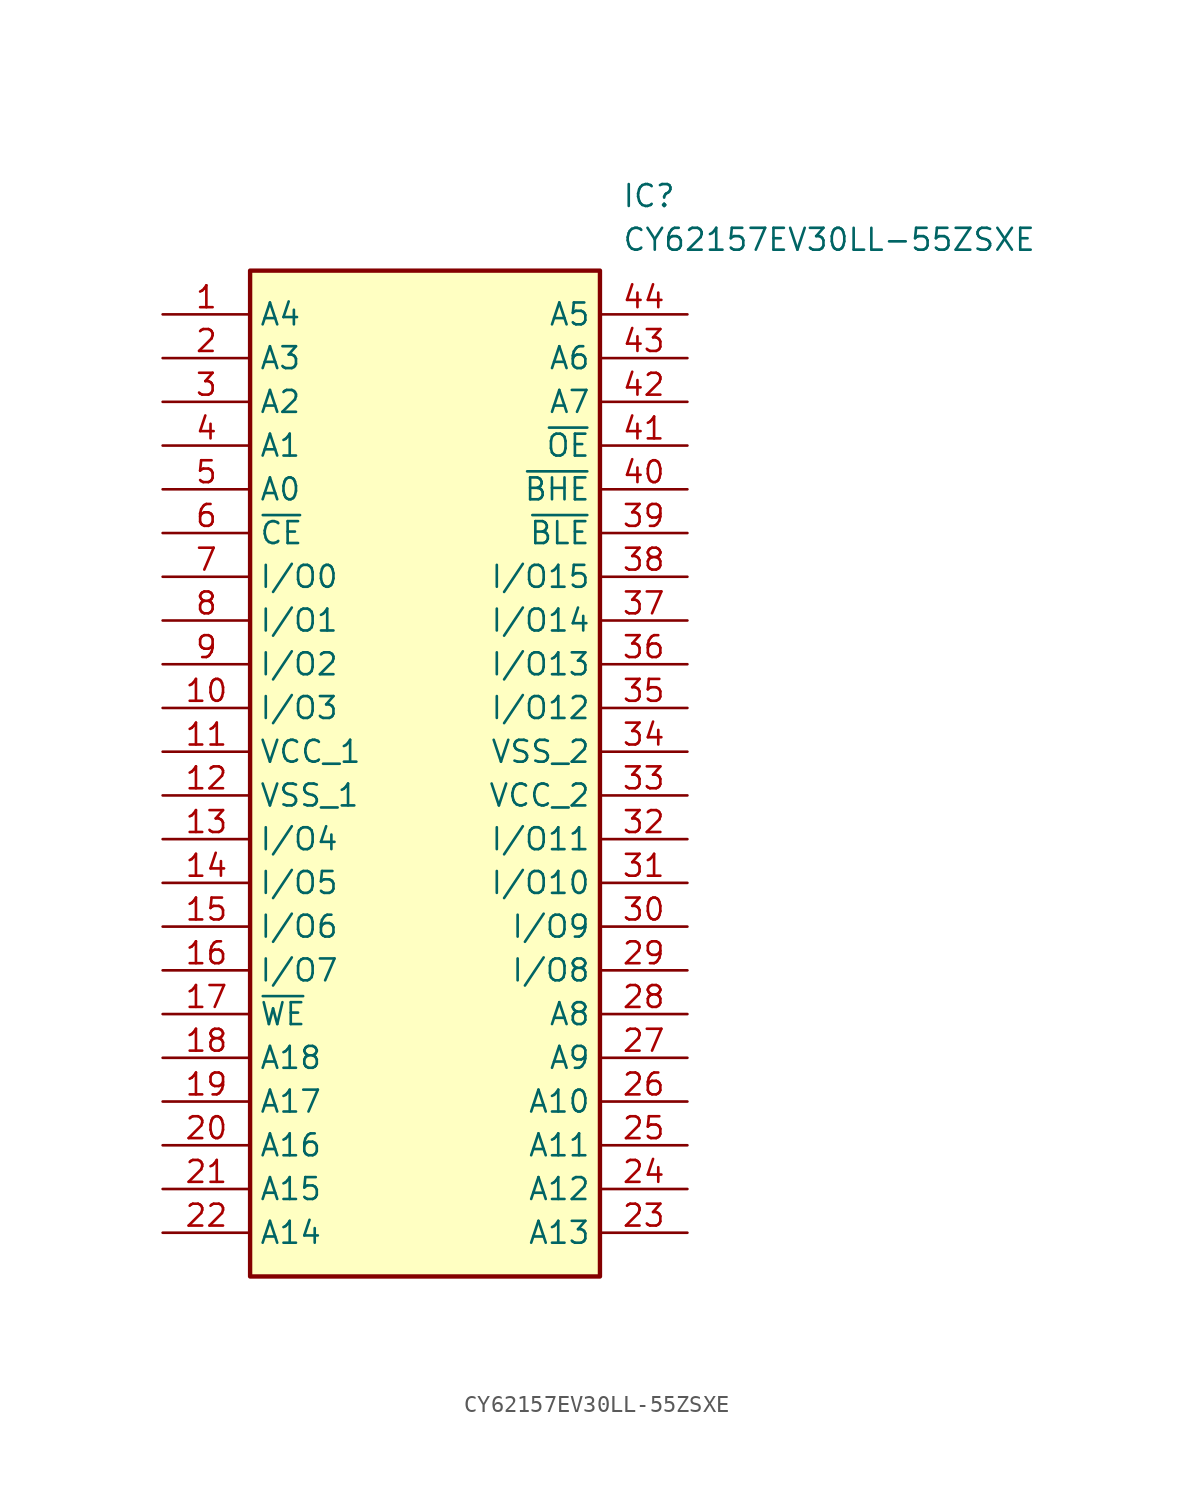
<source format=kicad_sym>
(kicad_symbol_lib
  (version 20211014)
  (generator SamacSys_ECAD_Model)
  (symbol "CY62157EV30LL-55ZSXE"
    (property "Reference" "IC"
      (at 26.67 7.62 0)
      (effects (font (size 1.27 1.27)) (justify left top)))
    (property "Value" "CY62157EV30LL-55ZSXE"
      (at 26.67 5.08 0)
      (effects (font (size 1.27 1.27)) (justify left top)))
    (rectangle
      (start 5.08 2.54)
      (end 25.4 -55.88)
      (stroke (width 0.254) (type default))
      (fill (type background)))
    (pin passive line
      (at 0 0 0)
      (length 5.08)
      (name "A4" (effects (font (size 1.27 1.27))))
      (number "1" (effects (font (size 1.27 1.27)))))
    (pin passive line
      (at 0 -2.54 0)
      (length 5.08)
      (name "A3" (effects (font (size 1.27 1.27))))
      (number "2" (effects (font (size 1.27 1.27)))))
    (pin passive line
      (at 0 -5.08 0)
      (length 5.08)
      (name "A2" (effects (font (size 1.27 1.27))))
      (number "3" (effects (font (size 1.27 1.27)))))
    (pin passive line
      (at 0 -7.62 0)
      (length 5.08)
      (name "A1" (effects (font (size 1.27 1.27))))
      (number "4" (effects (font (size 1.27 1.27)))))
    (pin passive line
      (at 0 -10.16 0)
      (length 5.08)
      (name "A0" (effects (font (size 1.27 1.27))))
      (number "5" (effects (font (size 1.27 1.27)))))
    (pin passive line
      (at 0 -12.7 0)
      (length 5.08)
      (name "~{CE}" (effects (font (size 1.27 1.27))))
      (number "6" (effects (font (size 1.27 1.27)))))
    (pin passive line
      (at 0 -15.24 0)
      (length 5.08)
      (name "I/O0" (effects (font (size 1.27 1.27))))
      (number "7" (effects (font (size 1.27 1.27)))))
    (pin passive line
      (at 0 -17.78 0)
      (length 5.08)
      (name "I/O1" (effects (font (size 1.27 1.27))))
      (number "8" (effects (font (size 1.27 1.27)))))
    (pin passive line
      (at 0 -20.32 0)
      (length 5.08)
      (name "I/O2" (effects (font (size 1.27 1.27))))
      (number "9" (effects (font (size 1.27 1.27)))))
    (pin passive line
      (at 0 -22.86 0)
      (length 5.08)
      (name "I/O3" (effects (font (size 1.27 1.27))))
      (number "10" (effects (font (size 1.27 1.27)))))
    (pin passive line
      (at 0 -25.4 0)
      (length 5.08)
      (name "VCC_1" (effects (font (size 1.27 1.27))))
      (number "11" (effects (font (size 1.27 1.27)))))
    (pin passive line
      (at 0 -27.94 0)
      (length 5.08)
      (name "VSS_1" (effects (font (size 1.27 1.27))))
      (number "12" (effects (font (size 1.27 1.27)))))
    (pin passive line
      (at 0 -30.48 0)
      (length 5.08)
      (name "I/O4" (effects (font (size 1.27 1.27))))
      (number "13" (effects (font (size 1.27 1.27)))))
    (pin passive line
      (at 0 -33.02 0)
      (length 5.08)
      (name "I/O5" (effects (font (size 1.27 1.27))))
      (number "14" (effects (font (size 1.27 1.27)))))
    (pin passive line
      (at 0 -35.56 0)
      (length 5.08)
      (name "I/O6" (effects (font (size 1.27 1.27))))
      (number "15" (effects (font (size 1.27 1.27)))))
    (pin passive line
      (at 0 -38.1 0)
      (length 5.08)
      (name "I/O7" (effects (font (size 1.27 1.27))))
      (number "16" (effects (font (size 1.27 1.27)))))
    (pin passive line
      (at 0 -40.64 0)
      (length 5.08)
      (name "~{WE}" (effects (font (size 1.27 1.27))))
      (number "17" (effects (font (size 1.27 1.27)))))
    (pin passive line
      (at 0 -43.18 0)
      (length 5.08)
      (name "A18" (effects (font (size 1.27 1.27))))
      (number "18" (effects (font (size 1.27 1.27)))))
    (pin passive line
      (at 0 -45.72 0)
      (length 5.08)
      (name "A17" (effects (font (size 1.27 1.27))))
      (number "19" (effects (font (size 1.27 1.27)))))
    (pin passive line
      (at 0 -48.26 0)
      (length 5.08)
      (name "A16" (effects (font (size 1.27 1.27))))
      (number "20" (effects (font (size 1.27 1.27)))))
    (pin passive line
      (at 0 -50.8 0)
      (length 5.08)
      (name "A15" (effects (font (size 1.27 1.27))))
      (number "21" (effects (font (size 1.27 1.27)))))
    (pin passive line
      (at 0 -53.34 0)
      (length 5.08)
      (name "A14" (effects (font (size 1.27 1.27))))
      (number "22" (effects (font (size 1.27 1.27)))))
    (pin passive line
      (at 30.48 0 180)
      (length 5.08)
      (name "A5" (effects (font (size 1.27 1.27))))
      (number "44" (effects (font (size 1.27 1.27)))))
    (pin passive line
      (at 30.48 -2.54 180)
      (length 5.08)
      (name "A6" (effects (font (size 1.27 1.27))))
      (number "43" (effects (font (size 1.27 1.27)))))
    (pin passive line
      (at 30.48 -5.08 180)
      (length 5.08)
      (name "A7" (effects (font (size 1.27 1.27))))
      (number "42" (effects (font (size 1.27 1.27)))))
    (pin passive line
      (at 30.48 -7.62 180)
      (length 5.08)
      (name "~{OE}" (effects (font (size 1.27 1.27))))
      (number "41" (effects (font (size 1.27 1.27)))))
    (pin passive line
      (at 30.48 -10.16 180)
      (length 5.08)
      (name "~{BHE}" (effects (font (size 1.27 1.27))))
      (number "40" (effects (font (size 1.27 1.27)))))
    (pin passive line
      (at 30.48 -12.7 180)
      (length 5.08)
      (name "~{BLE}" (effects (font (size 1.27 1.27))))
      (number "39" (effects (font (size 1.27 1.27)))))
    (pin passive line
      (at 30.48 -15.24 180)
      (length 5.08)
      (name "I/O15" (effects (font (size 1.27 1.27))))
      (number "38" (effects (font (size 1.27 1.27)))))
    (pin passive line
      (at 30.48 -17.78 180)
      (length 5.08)
      (name "I/O14" (effects (font (size 1.27 1.27))))
      (number "37" (effects (font (size 1.27 1.27)))))
    (pin passive line
      (at 30.48 -20.32 180)
      (length 5.08)
      (name "I/O13" (effects (font (size 1.27 1.27))))
      (number "36" (effects (font (size 1.27 1.27)))))
    (pin passive line
      (at 30.48 -22.86 180)
      (length 5.08)
      (name "I/O12" (effects (font (size 1.27 1.27))))
      (number "35" (effects (font (size 1.27 1.27)))))
    (pin passive line
      (at 30.48 -25.4 180)
      (length 5.08)
      (name "VSS_2" (effects (font (size 1.27 1.27))))
      (number "34" (effects (font (size 1.27 1.27)))))
    (pin passive line
      (at 30.48 -27.94 180)
      (length 5.08)
      (name "VCC_2" (effects (font (size 1.27 1.27))))
      (number "33" (effects (font (size 1.27 1.27)))))
    (pin passive line
      (at 30.48 -30.48 180)
      (length 5.08)
      (name "I/O11" (effects (font (size 1.27 1.27))))
      (number "32" (effects (font (size 1.27 1.27)))))
    (pin passive line
      (at 30.48 -33.02 180)
      (length 5.08)
      (name "I/O10" (effects (font (size 1.27 1.27))))
      (number "31" (effects (font (size 1.27 1.27)))))
    (pin passive line
      (at 30.48 -35.56 180)
      (length 5.08)
      (name "I/O9" (effects (font (size 1.27 1.27))))
      (number "30" (effects (font (size 1.27 1.27)))))
    (pin passive line
      (at 30.48 -38.1 180)
      (length 5.08)
      (name "I/O8" (effects (font (size 1.27 1.27))))
      (number "29" (effects (font (size 1.27 1.27)))))
    (pin passive line
      (at 30.48 -40.64 180)
      (length 5.08)
      (name "A8" (effects (font (size 1.27 1.27))))
      (number "28" (effects (font (size 1.27 1.27)))))
    (pin passive line
      (at 30.48 -43.18 180)
      (length 5.08)
      (name "A9" (effects (font (size 1.27 1.27))))
      (number "27" (effects (font (size 1.27 1.27)))))
    (pin passive line
      (at 30.48 -45.72 180)
      (length 5.08)
      (name "A10" (effects (font (size 1.27 1.27))))
      (number "26" (effects (font (size 1.27 1.27)))))
    (pin passive line
      (at 30.48 -48.26 180)
      (length 5.08)
      (name "A11" (effects (font (size 1.27 1.27))))
      (number "25" (effects (font (size 1.27 1.27)))))
    (pin passive line
      (at 30.48 -50.8 180)
      (length 5.08)
      (name "A12" (effects (font (size 1.27 1.27))))
      (number "24" (effects (font (size 1.27 1.27)))))
    (pin passive line
      (at 30.48 -53.34 180)
      (length 5.08)
      (name "A13" (effects (font (size 1.27 1.27))))
      (number "23" (effects (font (size 1.27 1.27)))))))
</source>
